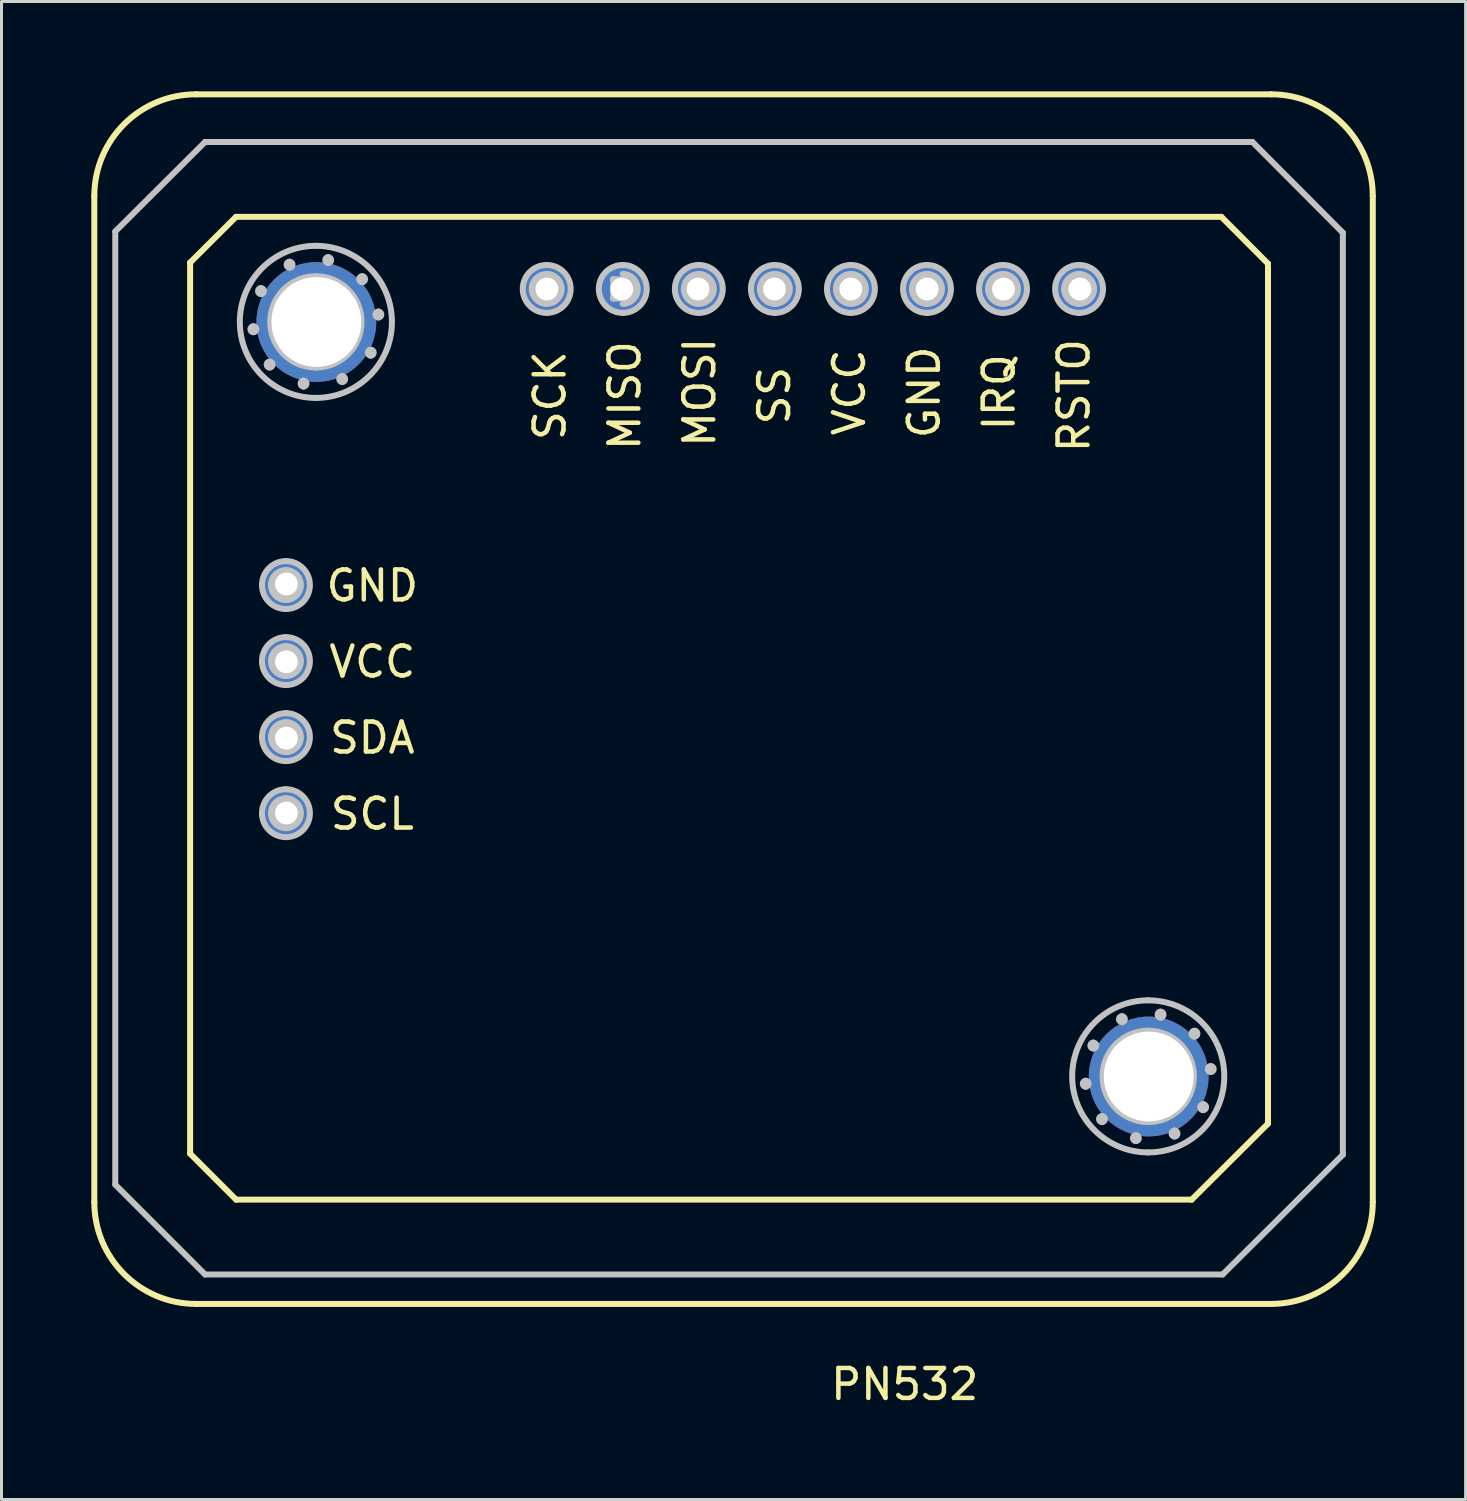
<source format=kicad_pcb>
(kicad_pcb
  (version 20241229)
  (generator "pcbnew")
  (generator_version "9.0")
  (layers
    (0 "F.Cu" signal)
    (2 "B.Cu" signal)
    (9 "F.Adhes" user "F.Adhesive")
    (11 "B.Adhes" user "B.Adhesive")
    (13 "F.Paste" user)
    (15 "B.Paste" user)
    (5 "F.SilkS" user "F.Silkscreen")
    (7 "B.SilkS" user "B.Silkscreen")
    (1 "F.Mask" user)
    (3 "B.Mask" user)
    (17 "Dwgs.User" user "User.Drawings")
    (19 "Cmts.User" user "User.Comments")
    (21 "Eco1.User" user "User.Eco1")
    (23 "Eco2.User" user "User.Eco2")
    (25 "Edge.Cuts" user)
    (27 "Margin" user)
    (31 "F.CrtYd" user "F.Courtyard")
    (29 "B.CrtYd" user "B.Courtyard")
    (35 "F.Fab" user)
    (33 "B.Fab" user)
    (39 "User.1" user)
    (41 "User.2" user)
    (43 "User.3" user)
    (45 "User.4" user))
  (footprint "PN532"
    (layer "F.Cu")
    (at 20.816 19.054)
    (property "Reference" "PN532" (at 6.35 24.13 0) (layer "F.SilkS") (effects (font (size 1 1) (thickness 0.15))))
    (attr through_hole)
    (fp_line (start -20.716 18.046) (end -20.716 -15.554) (stroke (width 0.2) (type solid)) (layer "F.SilkS"))
    (fp_line (start -17.516 -13.335) (end -17.516 16.428) (stroke (width 0.2) (type solid)) (layer "F.SilkS"))
    (fp_line (start -17.516 16.428) (end -15.981 17.963) (stroke (width 0.2) (type solid)) (layer "F.SilkS"))
    (fp_line (start -17.316 -18.954) (end 18.584 -18.954) (stroke (width 0.2) (type solid)) (layer "F.SilkS"))
    (fp_line (start -15.983 -14.862) (end -17.516 -13.335) (stroke (width 0.2) (type solid)) (layer "F.SilkS"))
    (fp_line (start -15.981 17.963) (end 15.936 17.963) (stroke (width 0.2) (type solid)) (layer "F.SilkS"))
    (fp_line (start 15.936 17.963) (end 18.484 15.425) (stroke (width 0.2) (type solid)) (layer "F.SilkS"))
    (fp_line (start 16.926 -14.862) (end -15.983 -14.862) (stroke (width 0.2) (type solid)) (layer "F.SilkS"))
    (fp_line (start 18.484 -13.298) (end 16.926 -14.862) (stroke (width 0.2) (type solid)) (layer "F.SilkS"))
    (fp_line (start 18.484 15.425) (end 18.484 -13.298) (stroke (width 0.2) (type solid)) (layer "F.SilkS"))
    (fp_line (start 18.584 21.446) (end -17.316 21.446) (stroke (width 0.2) (type solid)) (layer "F.SilkS"))
    (fp_line (start 21.984 -15.554) (end 21.984 18.046) (stroke (width 0.2) (type solid)) (layer "F.SilkS"))
    (fp_arc (start -20.71611 -15.553885) (mid -19.720273 -17.958048) (end -17.31611 -18.953885) (stroke (width 0.2) (type solid)) (layer "F.SilkS"))
    (fp_arc (start -17.31611 21.446115) (mid -19.720273 20.450278) (end -20.71611 18.046115) (stroke (width 0.2) (type solid)) (layer "F.SilkS"))
    (fp_arc (start 18.58389 -18.953885) (mid 20.988053 -17.958048) (end 21.98389 -15.553885) (stroke (width 0.2) (type solid)) (layer "F.SilkS"))
    (fp_arc (start 21.98389 18.046115) (mid 20.988053 20.450278) (end 18.58389 21.446115) (stroke (width 0.2) (type solid)) (layer "F.SilkS"))
    (fp_line (start -20.016 -14.373) (end -20.016 17.463) (stroke (width 0.2) (type solid)) (layer "Dwgs.User"))
    (fp_line (start -20.016 17.463) (end -17.016 20.463) (stroke (width 0.2) (type solid)) (layer "Dwgs.User"))
    (fp_line (start -17.016 -17.362) (end -20.016 -14.373) (stroke (width 0.2) (type solid)) (layer "Dwgs.User"))
    (fp_line (start -17.016 20.463) (end 16.969 20.463) (stroke (width 0.2) (type solid)) (layer "Dwgs.User"))
    (fp_line (start -14.636 -2.884) (end -14.55 -2.798) (stroke (width 0.2) (type solid)) (layer "Dwgs.User"))
    (fp_line (start -14.636 -2.884) (end -13.996 -2.884) (stroke (width 0.2) (type solid)) (layer "Dwgs.User"))
    (fp_line (start -14.636 -2.244) (end -14.636 -2.884) (stroke (width 0.2) (type solid)) (layer "Dwgs.User"))
    (fp_line (start -14.636 -0.344) (end -14.55 -0.258) (stroke (width 0.2) (type solid)) (layer "Dwgs.User"))
    (fp_line (start -14.636 -0.344) (end -13.996 -0.344) (stroke (width 0.2) (type solid)) (layer "Dwgs.User"))
    (fp_line (start -14.636 0.296) (end -14.636 -0.344) (stroke (width 0.2) (type solid)) (layer "Dwgs.User"))
    (fp_line (start -14.636 2.196) (end -14.55 2.282) (stroke (width 0.2) (type solid)) (layer "Dwgs.User"))
    (fp_line (start -14.636 2.196) (end -13.996 2.196) (stroke (width 0.2) (type solid)) (layer "Dwgs.User"))
    (fp_line (start -14.636 2.836) (end -14.636 2.196) (stroke (width 0.2) (type solid)) (layer "Dwgs.User"))
    (fp_line (start -14.636 4.736) (end -14.55 4.822) (stroke (width 0.2) (type solid)) (layer "Dwgs.User"))
    (fp_line (start -14.636 4.736) (end -13.996 4.736) (stroke (width 0.2) (type solid)) (layer "Dwgs.User"))
    (fp_line (start -14.636 5.376) (end -14.636 4.736) (stroke (width 0.2) (type solid)) (layer "Dwgs.User"))
    (fp_line (start -14.55 -2.798) (end -14.082 -2.798) (stroke (width 0.2) (type solid)) (layer "Dwgs.User"))
    (fp_line (start -14.55 -2.33) (end -14.636 -2.244) (stroke (width 0.2) (type solid)) (layer "Dwgs.User"))
    (fp_line (start -14.55 -2.33) (end -14.55 -2.798) (stroke (width 0.2) (type solid)) (layer "Dwgs.User"))
    (fp_line (start -14.55 -0.258) (end -14.082 -0.258) (stroke (width 0.2) (type solid)) (layer "Dwgs.User"))
    (fp_line (start -14.55 0.21) (end -14.636 0.296) (stroke (width 0.2) (type solid)) (layer "Dwgs.User"))
    (fp_line (start -14.55 0.21) (end -14.55 -0.258) (stroke (width 0.2) (type solid)) (layer "Dwgs.User"))
    (fp_line (start -14.55 2.282) (end -14.082 2.282) (stroke (width 0.2) (type solid)) (layer "Dwgs.User"))
    (fp_line (start -14.55 2.75) (end -14.636 2.836) (stroke (width 0.2) (type solid)) (layer "Dwgs.User"))
    (fp_line (start -14.55 2.75) (end -14.55 2.282) (stroke (width 0.2) (type solid)) (layer "Dwgs.User"))
    (fp_line (start -14.55 4.822) (end -14.082 4.822) (stroke (width 0.2) (type solid)) (layer "Dwgs.User"))
    (fp_line (start -14.55 5.29) (end -14.636 5.376) (stroke (width 0.2) (type solid)) (layer "Dwgs.User"))
    (fp_line (start -14.55 5.29) (end -14.55 4.822) (stroke (width 0.2) (type solid)) (layer "Dwgs.User"))
    (fp_line (start -14.082 -2.798) (end -14.082 -2.33) (stroke (width 0.2) (type solid)) (layer "Dwgs.User"))
    (fp_line (start -14.082 -2.33) (end -14.55 -2.33) (stroke (width 0.2) (type solid)) (layer "Dwgs.User"))
    (fp_line (start -14.082 -0.258) (end -14.082 0.21) (stroke (width 0.2) (type solid)) (layer "Dwgs.User"))
    (fp_line (start -14.082 0.21) (end -14.55 0.21) (stroke (width 0.2) (type solid)) (layer "Dwgs.User"))
    (fp_line (start -14.082 2.282) (end -14.082 2.75) (stroke (width 0.2) (type solid)) (layer "Dwgs.User"))
    (fp_line (start -14.082 2.75) (end -14.55 2.75) (stroke (width 0.2) (type solid)) (layer "Dwgs.User"))
    (fp_line (start -14.082 4.822) (end -14.082 5.29) (stroke (width 0.2) (type solid)) (layer "Dwgs.User"))
    (fp_line (start -14.082 5.29) (end -14.55 5.29) (stroke (width 0.2) (type solid)) (layer "Dwgs.User"))
    (fp_line (start -13.996 -2.884) (end -14.082 -2.798) (stroke (width 0.2) (type solid)) (layer "Dwgs.User"))
    (fp_line (start -13.996 -2.884) (end -13.996 -2.244) (stroke (width 0.2) (type solid)) (layer "Dwgs.User"))
    (fp_line (start -13.996 -2.244) (end -14.636 -2.244) (stroke (width 0.2) (type solid)) (layer "Dwgs.User"))
    (fp_line (start -13.996 -2.244) (end -14.082 -2.33) (stroke (width 0.2) (type solid)) (layer "Dwgs.User"))
    (fp_line (start -13.996 -0.344) (end -14.082 -0.258) (stroke (width 0.2) (type solid)) (layer "Dwgs.User"))
    (fp_line (start -13.996 -0.344) (end -13.996 0.296) (stroke (width 0.2) (type solid)) (layer "Dwgs.User"))
    (fp_line (start -13.996 0.296) (end -14.636 0.296) (stroke (width 0.2) (type solid)) (layer "Dwgs.User"))
    (fp_line (start -13.996 0.296) (end -14.082 0.21) (stroke (width 0.2) (type solid)) (layer "Dwgs.User"))
    (fp_line (start -13.996 2.196) (end -14.082 2.282) (stroke (width 0.2) (type solid)) (layer "Dwgs.User"))
    (fp_line (start -13.996 2.196) (end -13.996 2.836) (stroke (width 0.2) (type solid)) (layer "Dwgs.User"))
    (fp_line (start -13.996 2.836) (end -14.636 2.836) (stroke (width 0.2) (type solid)) (layer "Dwgs.User"))
    (fp_line (start -13.996 2.836) (end -14.082 2.75) (stroke (width 0.2) (type solid)) (layer "Dwgs.User"))
    (fp_line (start -13.996 4.736) (end -14.082 4.822) (stroke (width 0.2) (type solid)) (layer "Dwgs.User"))
    (fp_line (start -13.996 4.736) (end -13.996 5.376) (stroke (width 0.2) (type solid)) (layer "Dwgs.User"))
    (fp_line (start -13.996 5.376) (end -14.636 5.376) (stroke (width 0.2) (type solid)) (layer "Dwgs.User"))
    (fp_line (start -13.996 5.376) (end -14.082 5.29) (stroke (width 0.2) (type solid)) (layer "Dwgs.User"))
    (fp_line (start -5.926 -12.774) (end -5.84 -12.688) (stroke (width 0.2) (type solid)) (layer "Dwgs.User"))
    (fp_line (start -5.926 -12.774) (end -5.286 -12.774) (stroke (width 0.2) (type solid)) (layer "Dwgs.User"))
    (fp_line (start -5.926 -12.134) (end -5.926 -12.774) (stroke (width 0.2) (type solid)) (layer "Dwgs.User"))
    (fp_line (start -5.84 -12.688) (end -5.372 -12.688) (stroke (width 0.2) (type solid)) (layer "Dwgs.User"))
    (fp_line (start -5.84 -12.22) (end -5.926 -12.134) (stroke (width 0.2) (type solid)) (layer "Dwgs.User"))
    (fp_line (start -5.84 -12.22) (end -5.84 -12.688) (stroke (width 0.2) (type solid)) (layer "Dwgs.User"))
    (fp_line (start -5.372 -12.688) (end -5.372 -12.22) (stroke (width 0.2) (type solid)) (layer "Dwgs.User"))
    (fp_line (start -5.372 -12.22) (end -5.84 -12.22) (stroke (width 0.2) (type solid)) (layer "Dwgs.User"))
    (fp_line (start -5.286 -12.774) (end -5.372 -12.688) (stroke (width 0.2) (type solid)) (layer "Dwgs.User"))
    (fp_line (start -5.286 -12.774) (end -5.286 -12.134) (stroke (width 0.2) (type solid)) (layer "Dwgs.User"))
    (fp_line (start -5.286 -12.134) (end -5.926 -12.134) (stroke (width 0.2) (type solid)) (layer "Dwgs.User"))
    (fp_line (start -5.286 -12.134) (end -5.372 -12.22) (stroke (width 0.2) (type solid)) (layer "Dwgs.User"))
    (fp_line (start -3.386 -12.774) (end -3.3 -12.688) (stroke (width 0.2) (type solid)) (layer "Dwgs.User"))
    (fp_line (start -3.386 -12.774) (end -2.746 -12.774) (stroke (width 0.2) (type solid)) (layer "Dwgs.User"))
    (fp_line (start -3.386 -12.134) (end -3.386 -12.774) (stroke (width 0.2) (type solid)) (layer "Dwgs.User"))
    (fp_line (start -3.3 -12.688) (end -2.832 -12.688) (stroke (width 0.2) (type solid)) (layer "Dwgs.User"))
    (fp_line (start -3.3 -12.22) (end -3.386 -12.134) (stroke (width 0.2) (type solid)) (layer "Dwgs.User"))
    (fp_line (start -3.3 -12.22) (end -3.3 -12.688) (stroke (width 0.2) (type solid)) (layer "Dwgs.User"))
    (fp_line (start -2.832 -12.22) (end -3.3 -12.22) (stroke (width 0.2) (type solid)) (layer "Dwgs.User"))
    (fp_line (start -2.746 -12.774) (end -2.832 -12.688) (stroke (width 0.2) (type solid)) (layer "Dwgs.User"))
    (fp_line (start -2.746 -12.774) (end -2.746 -12.134) (stroke (width 0.2) (type solid)) (layer "Dwgs.User"))
    (fp_line (start -2.746 -12.134) (end -3.386 -12.134) (stroke (width 0.2) (type solid)) (layer "Dwgs.User"))
    (fp_line (start -2.746 -12.134) (end -2.832 -12.22) (stroke (width 0.2) (type solid)) (layer "Dwgs.User"))
    (fp_line (start -0.846 -12.774) (end -0.76 -12.688) (stroke (width 0.2) (type solid)) (layer "Dwgs.User"))
    (fp_line (start -0.846 -12.774) (end -0.206 -12.774) (stroke (width 0.2) (type solid)) (layer "Dwgs.User"))
    (fp_line (start -0.846 -12.134) (end -0.846 -12.774) (stroke (width 0.2) (type solid)) (layer "Dwgs.User"))
    (fp_line (start -0.76 -12.688) (end -0.292 -12.688) (stroke (width 0.2) (type solid)) (layer "Dwgs.User"))
    (fp_line (start -0.76 -12.22) (end -0.846 -12.134) (stroke (width 0.2) (type solid)) (layer "Dwgs.User"))
    (fp_line (start -0.76 -12.22) (end -0.76 -12.688) (stroke (width 0.2) (type solid)) (layer "Dwgs.User"))
    (fp_line (start -0.292 -12.688) (end -0.292 -12.22) (stroke (width 0.2) (type solid)) (layer "Dwgs.User"))
    (fp_line (start -0.292 -12.22) (end -0.76 -12.22) (stroke (width 0.2) (type solid)) (layer "Dwgs.User"))
    (fp_line (start -0.206 -12.774) (end -0.292 -12.688) (stroke (width 0.2) (type solid)) (layer "Dwgs.User"))
    (fp_line (start -0.206 -12.774) (end -0.206 -12.134) (stroke (width 0.2) (type solid)) (layer "Dwgs.User"))
    (fp_line (start -0.206 -12.134) (end -0.846 -12.134) (stroke (width 0.2) (type solid)) (layer "Dwgs.User"))
    (fp_line (start -0.206 -12.134) (end -0.292 -12.22) (stroke (width 0.2) (type solid)) (layer "Dwgs.User"))
    (fp_line (start 1.694 -12.774) (end 1.78 -12.688) (stroke (width 0.2) (type solid)) (layer "Dwgs.User"))
    (fp_line (start 1.694 -12.774) (end 2.334 -12.774) (stroke (width 0.2) (type solid)) (layer "Dwgs.User"))
    (fp_line (start 1.694 -12.134) (end 1.694 -12.774) (stroke (width 0.2) (type solid)) (layer "Dwgs.User"))
    (fp_line (start 1.78 -12.688) (end 2.248 -12.688) (stroke (width 0.2) (type solid)) (layer "Dwgs.User"))
    (fp_line (start 1.78 -12.22) (end 1.694 -12.134) (stroke (width 0.2) (type solid)) (layer "Dwgs.User"))
    (fp_line (start 1.78 -12.22) (end 1.78 -12.688) (stroke (width 0.2) (type solid)) (layer "Dwgs.User"))
    (fp_line (start 2.248 -12.688) (end 2.248 -12.22) (stroke (width 0.2) (type solid)) (layer "Dwgs.User"))
    (fp_line (start 2.248 -12.22) (end 1.78 -12.22) (stroke (width 0.2) (type solid)) (layer "Dwgs.User"))
    (fp_line (start 2.334 -12.774) (end 2.248 -12.688) (stroke (width 0.2) (type solid)) (layer "Dwgs.User"))
    (fp_line (start 2.334 -12.774) (end 2.334 -12.134) (stroke (width 0.2) (type solid)) (layer "Dwgs.User"))
    (fp_line (start 2.334 -12.134) (end 1.694 -12.134) (stroke (width 0.2) (type solid)) (layer "Dwgs.User"))
    (fp_line (start 2.334 -12.134) (end 2.248 -12.22) (stroke (width 0.2) (type solid)) (layer "Dwgs.User"))
    (fp_line (start 4.234 -12.774) (end 4.32 -12.688) (stroke (width 0.2) (type solid)) (layer "Dwgs.User"))
    (fp_line (start 4.234 -12.774) (end 4.874 -12.774) (stroke (width 0.2) (type solid)) (layer "Dwgs.User"))
    (fp_line (start 4.234 -12.134) (end 4.234 -12.774) (stroke (width 0.2) (type solid)) (layer "Dwgs.User"))
    (fp_line (start 4.32 -12.688) (end 4.788 -12.688) (stroke (width 0.2) (type solid)) (layer "Dwgs.User"))
    (fp_line (start 4.32 -12.22) (end 4.234 -12.134) (stroke (width 0.2) (type solid)) (layer "Dwgs.User"))
    (fp_line (start 4.32 -12.22) (end 4.32 -12.688) (stroke (width 0.2) (type solid)) (layer "Dwgs.User"))
    (fp_line (start 4.788 -12.688) (end 4.788 -12.22) (stroke (width 0.2) (type solid)) (layer "Dwgs.User"))
    (fp_line (start 4.788 -12.22) (end 4.32 -12.22) (stroke (width 0.2) (type solid)) (layer "Dwgs.User"))
    (fp_line (start 4.874 -12.774) (end 4.788 -12.688) (stroke (width 0.2) (type solid)) (layer "Dwgs.User"))
    (fp_line (start 4.874 -12.774) (end 4.874 -12.134) (stroke (width 0.2) (type solid)) (layer "Dwgs.User"))
    (fp_line (start 4.874 -12.134) (end 4.234 -12.134) (stroke (width 0.2) (type solid)) (layer "Dwgs.User"))
    (fp_line (start 4.874 -12.134) (end 4.788 -12.22) (stroke (width 0.2) (type solid)) (layer "Dwgs.User"))
    (fp_line (start 6.774 -12.774) (end 6.86 -12.688) (stroke (width 0.2) (type solid)) (layer "Dwgs.User"))
    (fp_line (start 6.774 -12.774) (end 7.414 -12.774) (stroke (width 0.2) (type solid)) (layer "Dwgs.User"))
    (fp_line (start 6.774 -12.134) (end 6.774 -12.774) (stroke (width 0.2) (type solid)) (layer "Dwgs.User"))
    (fp_line (start 6.86 -12.688) (end 7.328 -12.688) (stroke (width 0.2) (type solid)) (layer "Dwgs.User"))
    (fp_line (start 6.86 -12.22) (end 6.774 -12.134) (stroke (width 0.2) (type solid)) (layer "Dwgs.User"))
    (fp_line (start 6.86 -12.22) (end 6.86 -12.688) (stroke (width 0.2) (type solid)) (layer "Dwgs.User"))
    (fp_line (start 7.328 -12.688) (end 7.328 -12.22) (stroke (width 0.2) (type solid)) (layer "Dwgs.User"))
    (fp_line (start 7.328 -12.22) (end 6.86 -12.22) (stroke (width 0.2) (type solid)) (layer "Dwgs.User"))
    (fp_line (start 7.414 -12.774) (end 7.328 -12.688) (stroke (width 0.2) (type solid)) (layer "Dwgs.User"))
    (fp_line (start 7.414 -12.774) (end 7.414 -12.134) (stroke (width 0.2) (type solid)) (layer "Dwgs.User"))
    (fp_line (start 7.414 -12.134) (end 6.774 -12.134) (stroke (width 0.2) (type solid)) (layer "Dwgs.User"))
    (fp_line (start 7.414 -12.134) (end 7.328 -12.22) (stroke (width 0.2) (type solid)) (layer "Dwgs.User"))
    (fp_line (start 9.314 -12.774) (end 9.4 -12.688) (stroke (width 0.2) (type solid)) (layer "Dwgs.User"))
    (fp_line (start 9.314 -12.774) (end 9.954 -12.774) (stroke (width 0.2) (type solid)) (layer "Dwgs.User"))
    (fp_line (start 9.314 -12.134) (end 9.314 -12.774) (stroke (width 0.2) (type solid)) (layer "Dwgs.User"))
    (fp_line (start 9.4 -12.688) (end 9.868 -12.688) (stroke (width 0.2) (type solid)) (layer "Dwgs.User"))
    (fp_line (start 9.4 -12.22) (end 9.314 -12.134) (stroke (width 0.2) (type solid)) (layer "Dwgs.User"))
    (fp_line (start 9.4 -12.22) (end 9.4 -12.688) (stroke (width 0.2) (type solid)) (layer "Dwgs.User"))
    (fp_line (start 9.868 -12.688) (end 9.868 -12.22) (stroke (width 0.2) (type solid)) (layer "Dwgs.User"))
    (fp_line (start 9.868 -12.22) (end 9.4 -12.22) (stroke (width 0.2) (type solid)) (layer "Dwgs.User"))
    (fp_line (start 9.954 -12.774) (end 9.868 -12.688) (stroke (width 0.2) (type solid)) (layer "Dwgs.User"))
    (fp_line (start 9.954 -12.774) (end 9.954 -12.134) (stroke (width 0.2) (type solid)) (layer "Dwgs.User"))
    (fp_line (start 9.954 -12.134) (end 9.314 -12.134) (stroke (width 0.2) (type solid)) (layer "Dwgs.User"))
    (fp_line (start 9.954 -12.134) (end 9.868 -12.22) (stroke (width 0.2) (type solid)) (layer "Dwgs.User"))
    (fp_line (start 11.854 -12.774) (end 11.94 -12.688) (stroke (width 0.2) (type solid)) (layer "Dwgs.User"))
    (fp_line (start 11.854 -12.774) (end 12.494 -12.774) (stroke (width 0.2) (type solid)) (layer "Dwgs.User"))
    (fp_line (start 11.854 -12.134) (end 11.854 -12.774) (stroke (width 0.2) (type solid)) (layer "Dwgs.User"))
    (fp_line (start 11.94 -12.688) (end 12.408 -12.688) (stroke (width 0.2) (type solid)) (layer "Dwgs.User"))
    (fp_line (start 11.94 -12.22) (end 11.854 -12.134) (stroke (width 0.2) (type solid)) (layer "Dwgs.User"))
    (fp_line (start 11.94 -12.22) (end 11.94 -12.688) (stroke (width 0.2) (type solid)) (layer "Dwgs.User"))
    (fp_line (start 12.408 -12.688) (end 12.408 -12.22) (stroke (width 0.2) (type solid)) (layer "Dwgs.User"))
    (fp_line (start 12.408 -12.22) (end 11.94 -12.22) (stroke (width 0.2) (type solid)) (layer "Dwgs.User"))
    (fp_line (start 12.494 -12.774) (end 12.408 -12.688) (stroke (width 0.2) (type solid)) (layer "Dwgs.User"))
    (fp_line (start 12.494 -12.774) (end 12.494 -12.134) (stroke (width 0.2) (type solid)) (layer "Dwgs.User"))
    (fp_line (start 12.494 -12.134) (end 11.854 -12.134) (stroke (width 0.2) (type solid)) (layer "Dwgs.User"))
    (fp_line (start 12.494 -12.134) (end 12.408 -12.22) (stroke (width 0.2) (type solid)) (layer "Dwgs.User"))
    (fp_line (start 16.969 20.463) (end 20.984 16.463) (stroke (width 0.2) (type solid)) (layer "Dwgs.User"))
    (fp_line (start 17.964 -17.362) (end -17.016 -17.362) (stroke (width 0.2) (type solid)) (layer "Dwgs.User"))
    (fp_line (start 20.984 -14.331) (end 17.964 -17.362) (stroke (width 0.2) (type solid)) (layer "Dwgs.User"))
    (fp_line (start 20.984 16.463) (end 20.984 -14.331) (stroke (width 0.2) (type solid)) (layer "Dwgs.User"))
    (fp_arc (start -15.404272 -11.208344) (mid -15.304272 -11.108344) (end -15.404272 -11.008344) (stroke (width 0.2) (type solid)) (layer "Dwgs.User"))
    (fp_arc (start -15.404272 -11.008344) (mid -15.504272 -11.108344) (end -15.404272 -11.208344) (stroke (width 0.2) (type solid)) (layer "Dwgs.User"))
    (fp_arc (start -15.149795 -12.482629) (mid -15.049795 -12.382629) (end -15.149795 -12.282629) (stroke (width 0.2) (type solid)) (layer "Dwgs.User"))
    (fp_arc (start -15.149795 -12.282629) (mid -15.249795 -12.382629) (end -15.149795 -12.482629) (stroke (width 0.2) (type solid)) (layer "Dwgs.User"))
    (fp_arc (start -14.861144 -10.027848) (mid -14.761144 -9.927848) (end -14.861144 -9.827848) (stroke (width 0.2) (type solid)) (layer "Dwgs.User"))
    (fp_arc (start -14.861144 -9.827848) (mid -14.961144 -9.927848) (end -14.861144 -10.027848) (stroke (width 0.2) (type solid)) (layer "Dwgs.User"))
    (fp_arc (start -14.316111 -3.363885) (mid -13.516111 -2.563885) (end -14.316111 -1.763885) (stroke (width 0.2) (type solid)) (layer "Dwgs.User"))
    (fp_arc (start -14.316111 -3.063885) (mid -13.816111 -2.563885) (end -14.316111 -2.063885) (stroke (width 0.2) (type solid)) (layer "Dwgs.User"))
    (fp_arc (start -14.316111 -2.063885) (mid -14.816111 -2.563885) (end -14.316111 -3.063885) (stroke (width 0.2) (type solid)) (layer "Dwgs.User"))
    (fp_arc (start -14.316111 -1.763885) (mid -15.116111 -2.563885) (end -14.316111 -3.363885) (stroke (width 0.2) (type solid)) (layer "Dwgs.User"))
    (fp_arc (start -14.316111 -0.823885) (mid -13.516111 -0.023885) (end -14.316111 0.776115) (stroke (width 0.2) (type solid)) (layer "Dwgs.User"))
    (fp_arc (start -14.316111 -0.523885) (mid -13.816111 -0.023885) (end -14.316111 0.476115) (stroke (width 0.2) (type solid)) (layer "Dwgs.User"))
    (fp_arc (start -14.316111 0.476115) (mid -14.816111 -0.023885) (end -14.316111 -0.523885) (stroke (width 0.2) (type solid)) (layer "Dwgs.User"))
    (fp_arc (start -14.316111 0.776115) (mid -15.116111 -0.023885) (end -14.316111 -0.823885) (stroke (width 0.2) (type solid)) (layer "Dwgs.User"))
    (fp_arc (start -14.316111 1.716115) (mid -13.516111 2.516115) (end -14.316111 3.316115) (stroke (width 0.2) (type solid)) (layer "Dwgs.User"))
    (fp_arc (start -14.316111 2.016115) (mid -13.816111 2.516115) (end -14.316111 3.016115) (stroke (width 0.2) (type solid)) (layer "Dwgs.User"))
    (fp_arc (start -14.316111 3.016115) (mid -14.816111 2.516115) (end -14.316111 2.016115) (stroke (width 0.2) (type solid)) (layer "Dwgs.User"))
    (fp_arc (start -14.316111 3.316115) (mid -15.116111 2.516115) (end -14.316111 1.716115) (stroke (width 0.2) (type solid)) (layer "Dwgs.User"))
    (fp_arc (start -14.316111 4.256115) (mid -13.516111 5.056115) (end -14.316111 5.856115) (stroke (width 0.2) (type solid)) (layer "Dwgs.User"))
    (fp_arc (start -14.316111 4.556115) (mid -13.816111 5.056115) (end -14.316111 5.556115) (stroke (width 0.2) (type solid)) (layer "Dwgs.User"))
    (fp_arc (start -14.316111 5.556115) (mid -14.816111 5.056115) (end -14.316111 4.556115) (stroke (width 0.2) (type solid)) (layer "Dwgs.User"))
    (fp_arc (start -14.316111 5.856115) (mid -15.116111 5.056115) (end -14.316111 4.256115) (stroke (width 0.2) (type solid)) (layer "Dwgs.User"))
    (fp_arc (start -14.194912 -13.363971) (mid -14.094912 -13.263971) (end -14.194912 -13.163971) (stroke (width 0.2) (type solid)) (layer "Dwgs.User"))
    (fp_arc (start -14.194912 -13.163971) (mid -14.294912 -13.263971) (end -14.194912 -13.363971) (stroke (width 0.2) (type solid)) (layer "Dwgs.User"))
    (fp_arc (start -13.727864 -9.392048) (mid -13.627864 -9.292048) (end -13.727864 -9.192048) (stroke (width 0.2) (type solid)) (layer "Dwgs.User"))
    (fp_arc (start -13.727864 -9.192048) (mid -13.827864 -9.292048) (end -13.727864 -9.392048) (stroke (width 0.2) (type solid)) (layer "Dwgs.User"))
    (fp_arc (start -13.31611 -13.893886) (mid -10.77611 -11.353886) (end -13.31611 -8.813886) (stroke (width 0.2) (type solid)) (layer "Dwgs.User"))
    (fp_arc (start -13.31611 -12.878886) (mid -11.79111 -11.353886) (end -13.31611 -9.828886) (stroke (width 0.2) (type solid)) (layer "Dwgs.User"))
    (fp_arc (start -13.31611 -9.828886) (mid -14.84111 -11.353886) (end -13.31611 -12.878886) (stroke (width 0.2) (type solid)) (layer "Dwgs.User"))
    (fp_arc (start -13.31611 -8.813886) (mid -15.85611 -11.353886) (end -13.31611 -13.893886) (stroke (width 0.2) (type solid)) (layer "Dwgs.User"))
    (fp_arc (start -12.904356 -13.515723) (mid -12.804356 -13.415723) (end -12.904356 -13.315723) (stroke (width 0.2) (type solid)) (layer "Dwgs.User"))
    (fp_arc (start -12.904356 -13.315723) (mid -13.004356 -13.415723) (end -12.904356 -13.515723) (stroke (width 0.2) (type solid)) (layer "Dwgs.User"))
    (fp_arc (start -12.437308 -9.5438) (mid -12.337308 -9.4438) (end -12.437308 -9.3438) (stroke (width 0.2) (type solid)) (layer "Dwgs.User"))
    (fp_arc (start -12.437308 -9.3438) (mid -12.537308 -9.4438) (end -12.437308 -9.5438) (stroke (width 0.2) (type solid)) (layer "Dwgs.User"))
    (fp_arc (start -11.771076 -12.879923) (mid -11.671076 -12.779923) (end -11.771076 -12.679923) (stroke (width 0.2) (type solid)) (layer "Dwgs.User"))
    (fp_arc (start -11.771076 -12.679923) (mid -11.871076 -12.779923) (end -11.771076 -12.879923) (stroke (width 0.2) (type solid)) (layer "Dwgs.User"))
    (fp_arc (start -11.482426 -10.425142) (mid -11.382426 -10.325142) (end -11.482426 -10.225142) (stroke (width 0.2) (type solid)) (layer "Dwgs.User"))
    (fp_arc (start -11.482426 -10.225142) (mid -11.582426 -10.325142) (end -11.482426 -10.425142) (stroke (width 0.2) (type solid)) (layer "Dwgs.User"))
    (fp_arc (start -11.227948 -11.699427) (mid -11.127948 -11.599427) (end -11.227948 -11.499427) (stroke (width 0.2) (type solid)) (layer "Dwgs.User"))
    (fp_arc (start -11.227948 -11.499427) (mid -11.327948 -11.599427) (end -11.227948 -11.699427) (stroke (width 0.2) (type solid)) (layer "Dwgs.User"))
    (fp_arc (start -5.60611 -13.253886) (mid -4.80611 -12.453886) (end -5.60611 -11.653886) (stroke (width 0.2) (type solid)) (layer "Dwgs.User"))
    (fp_arc (start -5.60611 -12.953886) (mid -5.10611 -12.453886) (end -5.60611 -11.953886) (stroke (width 0.2) (type solid)) (layer "Dwgs.User"))
    (fp_arc (start -5.60611 -11.953886) (mid -6.10611 -12.453886) (end -5.60611 -12.953886) (stroke (width 0.2) (type solid)) (layer "Dwgs.User"))
    (fp_arc (start -5.60611 -11.653886) (mid -6.40611 -12.453886) (end -5.60611 -13.253886) (stroke (width 0.2) (type solid)) (layer "Dwgs.User"))
    (fp_arc (start -3.06611 -13.253886) (mid -2.26611 -12.453886) (end -3.06611 -11.653886) (stroke (width 0.2) (type solid)) (layer "Dwgs.User"))
    (fp_arc (start -3.06611 -12.953886) (mid -2.56611 -12.453886) (end -3.06611 -11.953886) (stroke (width 0.2) (type solid)) (layer "Dwgs.User"))
    (fp_arc (start -3.06611 -11.653886) (mid -3.86611 -12.453886) (end -3.06611 -13.253886) (stroke (width 0.2) (type solid)) (layer "Dwgs.User"))
    (fp_arc (start -0.52611 -13.253886) (mid 0.27389 -12.453886) (end -0.52611 -11.653886) (stroke (width 0.2) (type solid)) (layer "Dwgs.User"))
    (fp_arc (start -0.52611 -12.953886) (mid -0.02611 -12.453886) (end -0.52611 -11.953886) (stroke (width 0.2) (type solid)) (layer "Dwgs.User"))
    (fp_arc (start -0.52611 -11.953886) (mid -1.02611 -12.453886) (end -0.52611 -12.953886) (stroke (width 0.2) (type solid)) (layer "Dwgs.User"))
    (fp_arc (start -0.52611 -11.653886) (mid -1.32611 -12.453886) (end -0.52611 -13.253886) (stroke (width 0.2) (type solid)) (layer "Dwgs.User"))
    (fp_arc (start 2.01389 -13.253886) (mid 2.81389 -12.453886) (end 2.01389 -11.653886) (stroke (width 0.2) (type solid)) (layer "Dwgs.User"))
    (fp_arc (start 2.01389 -12.953886) (mid 2.51389 -12.453886) (end 2.01389 -11.953886) (stroke (width 0.2) (type solid)) (layer "Dwgs.User"))
    (fp_arc (start 2.01389 -11.953886) (mid 1.51389 -12.453886) (end 2.01389 -12.953886) (stroke (width 0.2) (type solid)) (layer "Dwgs.User"))
    (fp_arc (start 2.01389 -11.653886) (mid 1.21389 -12.453886) (end 2.01389 -13.253886) (stroke (width 0.2) (type solid)) (layer "Dwgs.User"))
    (fp_arc (start 4.55389 -13.253886) (mid 5.35389 -12.453886) (end 4.55389 -11.653886) (stroke (width 0.2) (type solid)) (layer "Dwgs.User"))
    (fp_arc (start 4.55389 -12.953886) (mid 5.05389 -12.453886) (end 4.55389 -11.953886) (stroke (width 0.2) (type solid)) (layer "Dwgs.User"))
    (fp_arc (start 4.55389 -11.953886) (mid 4.05389 -12.453886) (end 4.55389 -12.953886) (stroke (width 0.2) (type solid)) (layer "Dwgs.User"))
    (fp_arc (start 4.55389 -11.653886) (mid 3.75389 -12.453886) (end 4.55389 -13.253886) (stroke (width 0.2) (type solid)) (layer "Dwgs.User"))
    (fp_arc (start 7.09389 -13.253886) (mid 7.89389 -12.453886) (end 7.09389 -11.653886) (stroke (width 0.2) (type solid)) (layer "Dwgs.User"))
    (fp_arc (start 7.09389 -12.953886) (mid 7.59389 -12.453886) (end 7.09389 -11.953886) (stroke (width 0.2) (type solid)) (layer "Dwgs.User"))
    (fp_arc (start 7.09389 -11.953886) (mid 6.59389 -12.453886) (end 7.09389 -12.953886) (stroke (width 0.2) (type solid)) (layer "Dwgs.User"))
    (fp_arc (start 7.09389 -11.653886) (mid 6.29389 -12.453886) (end 7.09389 -13.253886) (stroke (width 0.2) (type solid)) (layer "Dwgs.User"))
    (fp_arc (start 9.63389 -13.253886) (mid 10.43389 -12.453886) (end 9.63389 -11.653886) (stroke (width 0.2) (type solid)) (layer "Dwgs.User"))
    (fp_arc (start 9.63389 -12.953886) (mid 10.13389 -12.453886) (end 9.63389 -11.953886) (stroke (width 0.2) (type solid)) (layer "Dwgs.User"))
    (fp_arc (start 9.63389 -11.953886) (mid 9.13389 -12.453886) (end 9.63389 -12.953886) (stroke (width 0.2) (type solid)) (layer "Dwgs.User"))
    (fp_arc (start 9.63389 -11.653886) (mid 8.83389 -12.453886) (end 9.63389 -13.253886) (stroke (width 0.2) (type solid)) (layer "Dwgs.User"))
    (fp_arc (start 12.17389 -13.253886) (mid 12.97389 -12.453886) (end 12.17389 -11.653886) (stroke (width 0.2) (type solid)) (layer "Dwgs.User"))
    (fp_arc (start 12.17389 -12.953886) (mid 12.67389 -12.453886) (end 12.17389 -11.953886) (stroke (width 0.2) (type solid)) (layer "Dwgs.User"))
    (fp_arc (start 12.17389 -11.953886) (mid 11.67389 -12.453886) (end 12.17389 -12.953886) (stroke (width 0.2) (type solid)) (layer "Dwgs.User"))
    (fp_arc (start 12.17389 -11.653886) (mid 11.37389 -12.453886) (end 12.17389 -13.253886) (stroke (width 0.2) (type solid)) (layer "Dwgs.User"))
    (fp_arc (start 12.395728 13.991657) (mid 12.495728 14.091657) (end 12.395728 14.191657) (stroke (width 0.2) (type solid)) (layer "Dwgs.User"))
    (fp_arc (start 12.395728 14.191657) (mid 12.295728 14.091657) (end 12.395728 13.991657) (stroke (width 0.2) (type solid)) (layer "Dwgs.User"))
    (fp_arc (start 12.650206 12.717372) (mid 12.750206 12.817372) (end 12.650206 12.917372) (stroke (width 0.2) (type solid)) (layer "Dwgs.User"))
    (fp_arc (start 12.650206 12.917372) (mid 12.550206 12.817372) (end 12.650206 12.717372) (stroke (width 0.2) (type solid)) (layer "Dwgs.User"))
    (fp_arc (start 12.938856 15.172152) (mid 13.038856 15.272152) (end 12.938856 15.372152) (stroke (width 0.2) (type solid)) (layer "Dwgs.User"))
    (fp_arc (start 12.938856 15.372152) (mid 12.838856 15.272152) (end 12.938856 15.172152) (stroke (width 0.2) (type solid)) (layer "Dwgs.User"))
    (fp_arc (start 13.605088 11.83603) (mid 13.705088 11.93603) (end 13.605088 12.03603) (stroke (width 0.2) (type solid)) (layer "Dwgs.User"))
    (fp_arc (start 13.605088 12.03603) (mid 13.505088 11.93603) (end 13.605088 11.83603) (stroke (width 0.2) (type solid)) (layer "Dwgs.User"))
    (fp_arc (start 14.072136 15.807952) (mid 14.172136 15.907952) (end 14.072136 16.007952) (stroke (width 0.2) (type solid)) (layer "Dwgs.User"))
    (fp_arc (start 14.072136 16.007952) (mid 13.972136 15.907952) (end 14.072136 15.807952) (stroke (width 0.2) (type solid)) (layer "Dwgs.User"))
    (fp_arc (start 14.48389 11.306115) (mid 17.02389 13.846115) (end 14.48389 16.386115) (stroke (width 0.2) (type solid)) (layer "Dwgs.User"))
    (fp_arc (start 14.48389 12.321115) (mid 16.00889 13.846115) (end 14.48389 15.371115) (stroke (width 0.2) (type solid)) (layer "Dwgs.User"))
    (fp_arc (start 14.48389 15.371115) (mid 12.95889 13.846115) (end 14.48389 12.321115) (stroke (width 0.2) (type solid)) (layer "Dwgs.User"))
    (fp_arc (start 14.48389 16.386115) (mid 11.94389 13.846115) (end 14.48389 11.306115) (stroke (width 0.2) (type solid)) (layer "Dwgs.User"))
    (fp_arc (start 14.895644 11.684277) (mid 14.995644 11.784277) (end 14.895644 11.884277) (stroke (width 0.2) (type solid)) (layer "Dwgs.User"))
    (fp_arc (start 14.895644 11.884277) (mid 14.795644 11.784277) (end 14.895644 11.684277) (stroke (width 0.2) (type solid)) (layer "Dwgs.User"))
    (fp_arc (start 15.362692 15.6562) (mid 15.462692 15.7562) (end 15.362692 15.8562) (stroke (width 0.2) (type solid)) (layer "Dwgs.User"))
    (fp_arc (start 15.362692 15.8562) (mid 15.262692 15.7562) (end 15.362692 15.6562) (stroke (width 0.2) (type solid)) (layer "Dwgs.User"))
    (fp_arc (start 16.028924 12.320078) (mid 16.128924 12.420078) (end 16.028924 12.520078) (stroke (width 0.2) (type solid)) (layer "Dwgs.User"))
    (fp_arc (start 16.028924 12.520078) (mid 15.928924 12.420078) (end 16.028924 12.320078) (stroke (width 0.2) (type solid)) (layer "Dwgs.User"))
    (fp_arc (start 16.317575 14.774858) (mid 16.417575 14.874858) (end 16.317575 14.974858) (stroke (width 0.2) (type solid)) (layer "Dwgs.User"))
    (fp_arc (start 16.317575 14.974858) (mid 16.217575 14.874858) (end 16.317575 14.774858) (stroke (width 0.2) (type solid)) (layer "Dwgs.User"))
    (fp_arc (start 16.572052 13.500573) (mid 16.672052 13.600573) (end 16.572052 13.700573) (stroke (width 0.2) (type solid)) (layer "Dwgs.User"))
    (fp_arc (start 16.572052 13.700573) (mid 16.472052 13.600573) (end 16.572052 13.500573) (stroke (width 0.2) (type solid)) (layer "Dwgs.User"))
    (fp_text user "SCK" (at -5.5 -8.89 90) (layer "F.SilkS") (effects (font (size 1 1) (thickness 0.15))))
    (fp_text user "GND" (at 7 -9 90) (layer "F.SilkS") (effects (font (size 1 1) (thickness 0.15))))
    (fp_text user "MISO" (at -3 -8.89 90) (layer "F.SilkS") (effects (font (size 1 1) (thickness 0.15))))
    (fp_text user "VCC" (at 4.5 -9 90) (layer "F.SilkS") (effects (font (size 1 1) (thickness 0.15))))
    (fp_text user "MOSI" (at -0.5 -9 90) (layer "F.SilkS") (effects (font (size 1 1) (thickness 0.15))))
    (fp_text user "SCL" (at -11.43 5.08 0) (layer "F.SilkS") (effects (font (size 1 1) (thickness 0.15))))
    (fp_text user "RSTO" (at 12 -8.89 90) (layer "F.SilkS") (effects (font (size 1 1) (thickness 0.15))))
    (fp_text user "SDA" (at -11.43 2.54 0) (layer "F.SilkS") (effects (font (size 1 1) (thickness 0.15))))
    (fp_text user "SS" (at 2 -8.89 90) (layer "F.SilkS") (effects (font (size 1 1) (thickness 0.15))))
    (fp_text user "VCC" (at -11.43 0 0) (layer "F.SilkS") (effects (font (size 1 1) (thickness 0.15))))
    (fp_text user "GND" (at -11.43 -2.54 0) (layer "F.SilkS") (effects (font (size 1 1) (thickness 0.15))))
    (fp_text user "IRQ" (at 9.5 -9 90) (layer "F.SilkS") (effects (font (size 1 1) (thickness 0.15))))
    (pad "" np_thru_hole circle (at -13.3 -11.35) (size 4 4) (drill 3) (layers "*.Cu" "*.Mask"))
    (pad "" np_thru_hole circle (at 14.5 13.85) (size 4 4) (drill 3) (layers "*.Cu" "*.Mask"))
    (pad "1" thru_hole circle (at -14.3 0) (size 1.524 1.524) (drill 0.762) (layers "*.Cu" "*.Mask"))
    (pad "1" thru_hole circle (at 4.55 -12.45) (size 1.524 1.524) (drill 0.762) (layers "*.Cu" "*.Mask"))
    (pad "2" thru_hole circle (at -14.3 -2.6) (size 1.524 1.524) (drill 0.762) (layers "*.Cu" "*.Mask"))
    (pad "2" thru_hole circle (at 7.1 -12.45) (size 1.524 1.524) (drill 0.762) (layers "*.Cu" "*.Mask"))
    (pad "3" thru_hole circle (at -14.3 2.55) (size 1.524 1.524) (drill 0.762) (layers "*.Cu" "*.Mask"))
    (pad "4" thru_hole circle (at -14.3 5.05) (size 1.524 1.524) (drill 0.762) (layers "*.Cu" "*.Mask"))
    (pad "5" thru_hole circle (at -5.6 -12.45) (size 1.524 1.524) (drill 0.762) (layers "*.Cu" "*.Mask"))
    (pad "6" thru_hole circle (at -3.1 -12.45) (size 1.524 1.524) (drill 0.762) (layers "*.Cu" "*.Mask"))
    (pad "7" thru_hole circle (at -0.55 -12.45) (size 1.524 1.524) (drill 0.762) (layers "*.Cu" "*.Mask"))
    (pad "8" thru_hole circle (at 2 -12.45) (size 1.524 1.524) (drill 0.762) (layers "*.Cu" "*.Mask"))
    (pad "9" thru_hole circle (at 9.65 -12.45) (size 1.524 1.524) (drill 0.762) (layers "*.Cu" "*.Mask"))
    (pad "10" thru_hole circle (at 12.2 -12.45) (size 1.524 1.524) (drill 0.762) (layers "*.Cu" "*.Mask")))
  (gr_rect
    (start -3 -3)
    (end 45.9 47.032)
    (stroke (width 0.1) (type default))
    (fill no)
    (layer "Edge.Cuts")))
</source>
